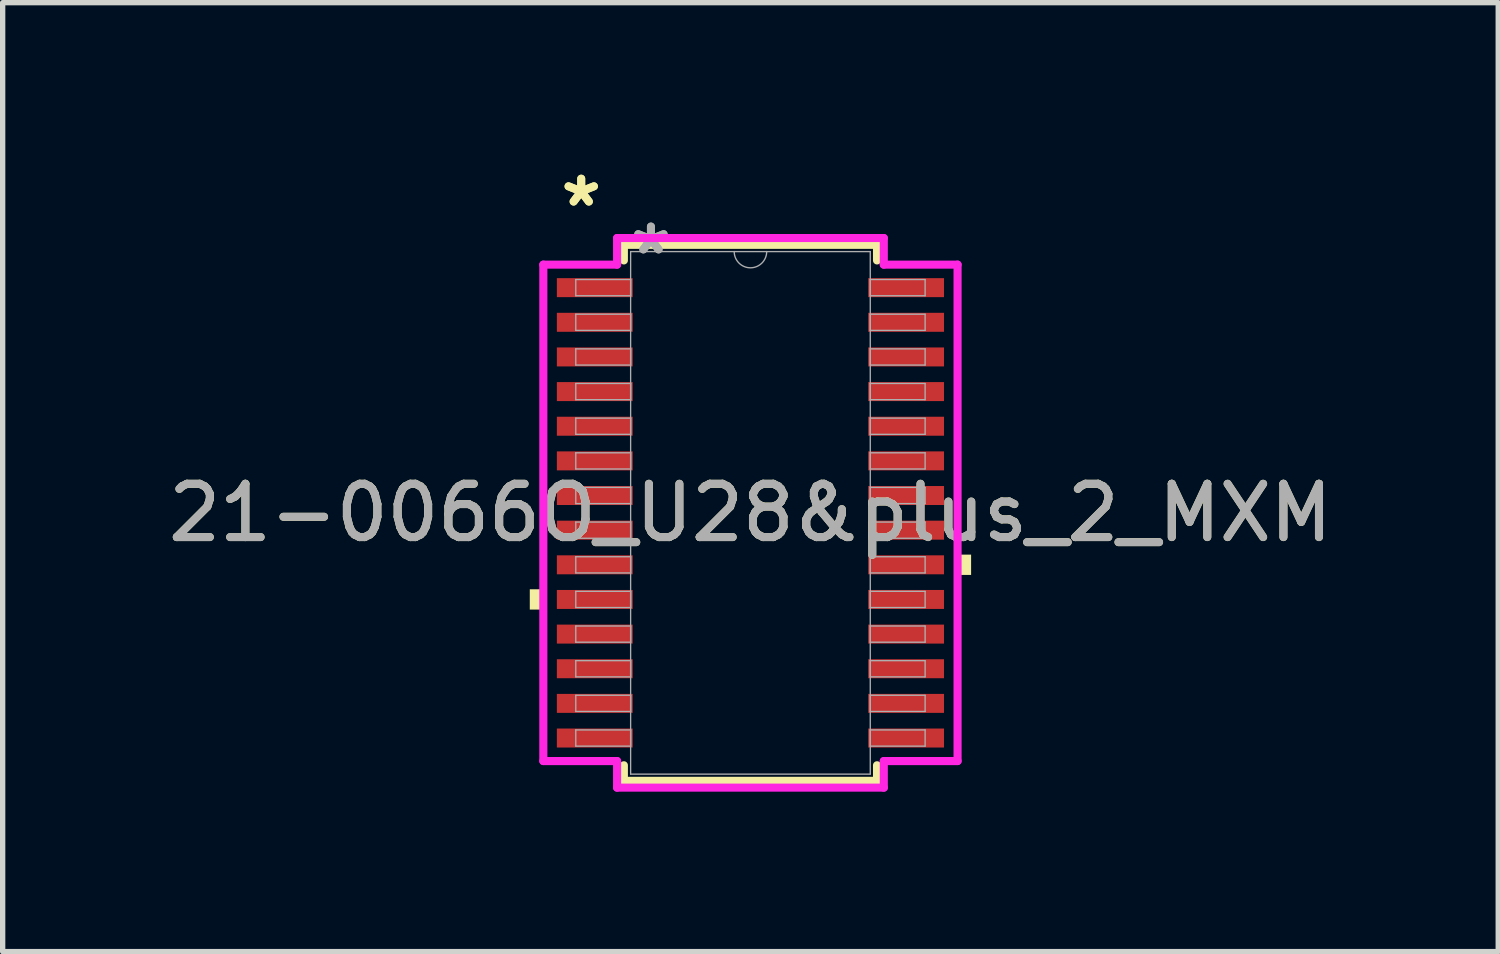
<source format=kicad_pcb>
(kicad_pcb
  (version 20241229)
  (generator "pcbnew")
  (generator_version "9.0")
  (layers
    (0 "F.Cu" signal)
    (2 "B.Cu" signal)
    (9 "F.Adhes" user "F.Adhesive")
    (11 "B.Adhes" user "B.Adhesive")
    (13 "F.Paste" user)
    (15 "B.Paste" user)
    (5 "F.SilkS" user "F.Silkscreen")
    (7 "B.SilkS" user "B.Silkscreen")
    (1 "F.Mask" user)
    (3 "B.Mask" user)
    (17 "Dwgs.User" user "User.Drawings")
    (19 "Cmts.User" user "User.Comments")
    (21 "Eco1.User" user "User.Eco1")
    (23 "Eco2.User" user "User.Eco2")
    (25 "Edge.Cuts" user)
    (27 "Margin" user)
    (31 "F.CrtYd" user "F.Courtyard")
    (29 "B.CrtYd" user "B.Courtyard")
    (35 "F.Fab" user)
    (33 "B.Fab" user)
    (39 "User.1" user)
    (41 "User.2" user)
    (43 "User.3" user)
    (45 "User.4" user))
  (footprint "21-0066O_U28&plus_2_MXM"
    (layer "F.Cu")
    (at 11.03 6.572)
    (property "Reference" "21-0066O_U28&plus_2_MXM" (at 0 0 0) (unlocked yes) (layer "F.SilkS") (effects (font (size 1 1) (thickness 0.15))))
    (attr smd)
    (fp_line (start -2.375 -5.029) (end -2.375 -4.736) (stroke (width 0.152) (type solid)) (layer "F.SilkS"))
    (fp_line (start -2.375 4.736) (end -2.375 5.029) (stroke (width 0.152) (type solid)) (layer "F.SilkS"))
    (fp_line (start -2.375 5.029) (end 2.375 5.029) (stroke (width 0.152) (type solid)) (layer "F.SilkS"))
    (fp_line (start 2.375 -5.029) (end -2.375 -5.029) (stroke (width 0.152) (type solid)) (layer "F.SilkS"))
    (fp_line (start 2.375 -4.736) (end 2.375 -5.029) (stroke (width 0.152) (type solid)) (layer "F.SilkS"))
    (fp_line (start 2.375 5.029) (end 2.375 4.736) (stroke (width 0.152) (type solid)) (layer "F.SilkS"))
    (fp_poly (pts (xy -4.14 1.434) (xy -4.14 1.815) (xy -3.886 1.815) (xy -3.886 1.434)) (stroke (width 0) (type solid)) (fill yes) (layer "F.SilkS"))
    (fp_poly (pts (xy 4.14 0.784) (xy 4.14 1.165) (xy 3.886 1.165) (xy 3.886 0.784)) (stroke (width 0) (type solid)) (fill yes) (layer "F.SilkS"))
    (fp_line (start -3.886 -4.657) (end -2.502 -4.657) (stroke (width 0.152) (type solid)) (layer "F.CrtYd"))
    (fp_line (start -3.886 4.657) (end -3.886 -4.657) (stroke (width 0.152) (type solid)) (layer "F.CrtYd"))
    (fp_line (start -3.886 4.657) (end -2.502 4.657) (stroke (width 0.152) (type solid)) (layer "F.CrtYd"))
    (fp_line (start -2.502 -5.156) (end 2.502 -5.156) (stroke (width 0.152) (type solid)) (layer "F.CrtYd"))
    (fp_line (start -2.502 -4.657) (end -2.502 -5.156) (stroke (width 0.152) (type solid)) (layer "F.CrtYd"))
    (fp_line (start -2.502 5.156) (end -2.502 4.657) (stroke (width 0.152) (type solid)) (layer "F.CrtYd"))
    (fp_line (start 2.502 -5.156) (end 2.502 -4.657) (stroke (width 0.152) (type solid)) (layer "F.CrtYd"))
    (fp_line (start 2.502 4.657) (end 2.502 5.156) (stroke (width 0.152) (type solid)) (layer "F.CrtYd"))
    (fp_line (start 2.502 5.156) (end -2.502 5.156) (stroke (width 0.152) (type solid)) (layer "F.CrtYd"))
    (fp_line (start 3.886 -4.657) (end 2.502 -4.657) (stroke (width 0.152) (type solid)) (layer "F.CrtYd"))
    (fp_line (start 3.886 -4.657) (end 3.886 4.657) (stroke (width 0.152) (type solid)) (layer "F.CrtYd"))
    (fp_line (start 3.886 4.657) (end 2.502 4.657) (stroke (width 0.152) (type solid)) (layer "F.CrtYd"))
    (fp_line (start -3.277 -4.377) (end -3.277 -4.073) (stroke (width 0.025) (type solid)) (layer "F.Fab"))
    (fp_line (start -3.277 -4.073) (end -2.248 -4.073) (stroke (width 0.025) (type solid)) (layer "F.Fab"))
    (fp_line (start -3.277 -3.727) (end -3.277 -3.423) (stroke (width 0.025) (type solid)) (layer "F.Fab"))
    (fp_line (start -3.277 -3.423) (end -2.248 -3.423) (stroke (width 0.025) (type solid)) (layer "F.Fab"))
    (fp_line (start -3.277 -3.077) (end -3.277 -2.773) (stroke (width 0.025) (type solid)) (layer "F.Fab"))
    (fp_line (start -3.277 -2.773) (end -2.248 -2.773) (stroke (width 0.025) (type solid)) (layer "F.Fab"))
    (fp_line (start -3.277 -2.427) (end -3.277 -2.123) (stroke (width 0.025) (type solid)) (layer "F.Fab"))
    (fp_line (start -3.277 -2.123) (end -2.248 -2.123) (stroke (width 0.025) (type solid)) (layer "F.Fab"))
    (fp_line (start -3.277 -1.777) (end -3.277 -1.473) (stroke (width 0.025) (type solid)) (layer "F.Fab"))
    (fp_line (start -3.277 -1.473) (end -2.248 -1.473) (stroke (width 0.025) (type solid)) (layer "F.Fab"))
    (fp_line (start -3.277 -1.127) (end -3.277 -0.823) (stroke (width 0.025) (type solid)) (layer "F.Fab"))
    (fp_line (start -3.277 -0.823) (end -2.248 -0.823) (stroke (width 0.025) (type solid)) (layer "F.Fab"))
    (fp_line (start -3.277 -0.477) (end -3.277 -0.173) (stroke (width 0.025) (type solid)) (layer "F.Fab"))
    (fp_line (start -3.277 -0.173) (end -2.248 -0.173) (stroke (width 0.025) (type solid)) (layer "F.Fab"))
    (fp_line (start -3.277 0.173) (end -3.277 0.477) (stroke (width 0.025) (type solid)) (layer "F.Fab"))
    (fp_line (start -3.277 0.477) (end -2.248 0.477) (stroke (width 0.025) (type solid)) (layer "F.Fab"))
    (fp_line (start -3.277 0.823) (end -3.277 1.127) (stroke (width 0.025) (type solid)) (layer "F.Fab"))
    (fp_line (start -3.277 1.127) (end -2.248 1.127) (stroke (width 0.025) (type solid)) (layer "F.Fab"))
    (fp_line (start -3.277 1.473) (end -3.277 1.777) (stroke (width 0.025) (type solid)) (layer "F.Fab"))
    (fp_line (start -3.277 1.777) (end -2.248 1.777) (stroke (width 0.025) (type solid)) (layer "F.Fab"))
    (fp_line (start -3.277 2.123) (end -3.277 2.427) (stroke (width 0.025) (type solid)) (layer "F.Fab"))
    (fp_line (start -3.277 2.427) (end -2.248 2.427) (stroke (width 0.025) (type solid)) (layer "F.Fab"))
    (fp_line (start -3.277 2.773) (end -3.277 3.077) (stroke (width 0.025) (type solid)) (layer "F.Fab"))
    (fp_line (start -3.277 3.077) (end -2.248 3.077) (stroke (width 0.025) (type solid)) (layer "F.Fab"))
    (fp_line (start -3.277 3.423) (end -3.277 3.727) (stroke (width 0.025) (type solid)) (layer "F.Fab"))
    (fp_line (start -3.277 3.727) (end -2.248 3.727) (stroke (width 0.025) (type solid)) (layer "F.Fab"))
    (fp_line (start -3.277 4.073) (end -3.277 4.377) (stroke (width 0.025) (type solid)) (layer "F.Fab"))
    (fp_line (start -3.277 4.377) (end -2.248 4.377) (stroke (width 0.025) (type solid)) (layer "F.Fab"))
    (fp_line (start -2.248 -4.902) (end -2.248 4.902) (stroke (width 0.025) (type solid)) (layer "F.Fab"))
    (fp_line (start -2.248 -4.377) (end -3.277 -4.377) (stroke (width 0.025) (type solid)) (layer "F.Fab"))
    (fp_line (start -2.248 -4.073) (end -2.248 -4.377) (stroke (width 0.025) (type solid)) (layer "F.Fab"))
    (fp_line (start -2.248 -3.727) (end -3.277 -3.727) (stroke (width 0.025) (type solid)) (layer "F.Fab"))
    (fp_line (start -2.248 -3.423) (end -2.248 -3.727) (stroke (width 0.025) (type solid)) (layer "F.Fab"))
    (fp_line (start -2.248 -3.077) (end -3.277 -3.077) (stroke (width 0.025) (type solid)) (layer "F.Fab"))
    (fp_line (start -2.248 -2.773) (end -2.248 -3.077) (stroke (width 0.025) (type solid)) (layer "F.Fab"))
    (fp_line (start -2.248 -2.427) (end -3.277 -2.427) (stroke (width 0.025) (type solid)) (layer "F.Fab"))
    (fp_line (start -2.248 -2.123) (end -2.248 -2.427) (stroke (width 0.025) (type solid)) (layer "F.Fab"))
    (fp_line (start -2.248 -1.777) (end -3.277 -1.777) (stroke (width 0.025) (type solid)) (layer "F.Fab"))
    (fp_line (start -2.248 -1.473) (end -2.248 -1.777) (stroke (width 0.025) (type solid)) (layer "F.Fab"))
    (fp_line (start -2.248 -1.127) (end -3.277 -1.127) (stroke (width 0.025) (type solid)) (layer "F.Fab"))
    (fp_line (start -2.248 -0.823) (end -2.248 -1.127) (stroke (width 0.025) (type solid)) (layer "F.Fab"))
    (fp_line (start -2.248 -0.477) (end -3.277 -0.477) (stroke (width 0.025) (type solid)) (layer "F.Fab"))
    (fp_line (start -2.248 -0.173) (end -2.248 -0.477) (stroke (width 0.025) (type solid)) (layer "F.Fab"))
    (fp_line (start -2.248 0.173) (end -3.277 0.173) (stroke (width 0.025) (type solid)) (layer "F.Fab"))
    (fp_line (start -2.248 0.477) (end -2.248 0.173) (stroke (width 0.025) (type solid)) (layer "F.Fab"))
    (fp_line (start -2.248 0.823) (end -3.277 0.823) (stroke (width 0.025) (type solid)) (layer "F.Fab"))
    (fp_line (start -2.248 1.127) (end -2.248 0.823) (stroke (width 0.025) (type solid)) (layer "F.Fab"))
    (fp_line (start -2.248 1.473) (end -3.277 1.473) (stroke (width 0.025) (type solid)) (layer "F.Fab"))
    (fp_line (start -2.248 1.777) (end -2.248 1.473) (stroke (width 0.025) (type solid)) (layer "F.Fab"))
    (fp_line (start -2.248 2.123) (end -3.277 2.123) (stroke (width 0.025) (type solid)) (layer "F.Fab"))
    (fp_line (start -2.248 2.427) (end -2.248 2.123) (stroke (width 0.025) (type solid)) (layer "F.Fab"))
    (fp_line (start -2.248 2.773) (end -3.277 2.773) (stroke (width 0.025) (type solid)) (layer "F.Fab"))
    (fp_line (start -2.248 3.077) (end -2.248 2.773) (stroke (width 0.025) (type solid)) (layer "F.Fab"))
    (fp_line (start -2.248 3.423) (end -3.277 3.423) (stroke (width 0.025) (type solid)) (layer "F.Fab"))
    (fp_line (start -2.248 3.727) (end -2.248 3.423) (stroke (width 0.025) (type solid)) (layer "F.Fab"))
    (fp_line (start -2.248 4.073) (end -3.277 4.073) (stroke (width 0.025) (type solid)) (layer "F.Fab"))
    (fp_line (start -2.248 4.377) (end -2.248 4.073) (stroke (width 0.025) (type solid)) (layer "F.Fab"))
    (fp_line (start -2.248 4.902) (end 2.248 4.902) (stroke (width 0.025) (type solid)) (layer "F.Fab"))
    (fp_line (start 2.248 -4.902) (end -2.248 -4.902) (stroke (width 0.025) (type solid)) (layer "F.Fab"))
    (fp_line (start 2.248 -4.377) (end 2.248 -4.073) (stroke (width 0.025) (type solid)) (layer "F.Fab"))
    (fp_line (start 2.248 -4.073) (end 3.277 -4.073) (stroke (width 0.025) (type solid)) (layer "F.Fab"))
    (fp_line (start 2.248 -3.727) (end 2.248 -3.423) (stroke (width 0.025) (type solid)) (layer "F.Fab"))
    (fp_line (start 2.248 -3.423) (end 3.277 -3.423) (stroke (width 0.025) (type solid)) (layer "F.Fab"))
    (fp_line (start 2.248 -3.077) (end 2.248 -2.773) (stroke (width 0.025) (type solid)) (layer "F.Fab"))
    (fp_line (start 2.248 -2.773) (end 3.277 -2.773) (stroke (width 0.025) (type solid)) (layer "F.Fab"))
    (fp_line (start 2.248 -2.427) (end 2.248 -2.123) (stroke (width 0.025) (type solid)) (layer "F.Fab"))
    (fp_line (start 2.248 -2.123) (end 3.277 -2.123) (stroke (width 0.025) (type solid)) (layer "F.Fab"))
    (fp_line (start 2.248 -1.777) (end 2.248 -1.473) (stroke (width 0.025) (type solid)) (layer "F.Fab"))
    (fp_line (start 2.248 -1.473) (end 3.277 -1.473) (stroke (width 0.025) (type solid)) (layer "F.Fab"))
    (fp_line (start 2.248 -1.127) (end 2.248 -0.823) (stroke (width 0.025) (type solid)) (layer "F.Fab"))
    (fp_line (start 2.248 -0.823) (end 3.277 -0.823) (stroke (width 0.025) (type solid)) (layer "F.Fab"))
    (fp_line (start 2.248 -0.477) (end 2.248 -0.173) (stroke (width 0.025) (type solid)) (layer "F.Fab"))
    (fp_line (start 2.248 -0.173) (end 3.277 -0.173) (stroke (width 0.025) (type solid)) (layer "F.Fab"))
    (fp_line (start 2.248 0.173) (end 2.248 0.477) (stroke (width 0.025) (type solid)) (layer "F.Fab"))
    (fp_line (start 2.248 0.477) (end 3.277 0.477) (stroke (width 0.025) (type solid)) (layer "F.Fab"))
    (fp_line (start 2.248 0.823) (end 2.248 1.127) (stroke (width 0.025) (type solid)) (layer "F.Fab"))
    (fp_line (start 2.248 1.127) (end 3.277 1.127) (stroke (width 0.025) (type solid)) (layer "F.Fab"))
    (fp_line (start 2.248 1.473) (end 2.248 1.777) (stroke (width 0.025) (type solid)) (layer "F.Fab"))
    (fp_line (start 2.248 1.777) (end 3.277 1.777) (stroke (width 0.025) (type solid)) (layer "F.Fab"))
    (fp_line (start 2.248 2.123) (end 2.248 2.427) (stroke (width 0.025) (type solid)) (layer "F.Fab"))
    (fp_line (start 2.248 2.427) (end 3.277 2.427) (stroke (width 0.025) (type solid)) (layer "F.Fab"))
    (fp_line (start 2.248 2.773) (end 2.248 3.077) (stroke (width 0.025) (type solid)) (layer "F.Fab"))
    (fp_line (start 2.248 3.077) (end 3.277 3.077) (stroke (width 0.025) (type solid)) (layer "F.Fab"))
    (fp_line (start 2.248 3.423) (end 2.248 3.727) (stroke (width 0.025) (type solid)) (layer "F.Fab"))
    (fp_line (start 2.248 3.727) (end 3.277 3.727) (stroke (width 0.025) (type solid)) (layer "F.Fab"))
    (fp_line (start 2.248 4.073) (end 2.248 4.377) (stroke (width 0.025) (type solid)) (layer "F.Fab"))
    (fp_line (start 2.248 4.377) (end 3.277 4.377) (stroke (width 0.025) (type solid)) (layer "F.Fab"))
    (fp_line (start 2.248 4.902) (end 2.248 -4.902) (stroke (width 0.025) (type solid)) (layer "F.Fab"))
    (fp_line (start 3.277 -4.377) (end 2.248 -4.377) (stroke (width 0.025) (type solid)) (layer "F.Fab"))
    (fp_line (start 3.277 -4.073) (end 3.277 -4.377) (stroke (width 0.025) (type solid)) (layer "F.Fab"))
    (fp_line (start 3.277 -3.727) (end 2.248 -3.727) (stroke (width 0.025) (type solid)) (layer "F.Fab"))
    (fp_line (start 3.277 -3.423) (end 3.277 -3.727) (stroke (width 0.025) (type solid)) (layer "F.Fab"))
    (fp_line (start 3.277 -3.077) (end 2.248 -3.077) (stroke (width 0.025) (type solid)) (layer "F.Fab"))
    (fp_line (start 3.277 -2.773) (end 3.277 -3.077) (stroke (width 0.025) (type solid)) (layer "F.Fab"))
    (fp_line (start 3.277 -2.427) (end 2.248 -2.427) (stroke (width 0.025) (type solid)) (layer "F.Fab"))
    (fp_line (start 3.277 -2.123) (end 3.277 -2.427) (stroke (width 0.025) (type solid)) (layer "F.Fab"))
    (fp_line (start 3.277 -1.777) (end 2.248 -1.777) (stroke (width 0.025) (type solid)) (layer "F.Fab"))
    (fp_line (start 3.277 -1.473) (end 3.277 -1.777) (stroke (width 0.025) (type solid)) (layer "F.Fab"))
    (fp_line (start 3.277 -1.127) (end 2.248 -1.127) (stroke (width 0.025) (type solid)) (layer "F.Fab"))
    (fp_line (start 3.277 -0.823) (end 3.277 -1.127) (stroke (width 0.025) (type solid)) (layer "F.Fab"))
    (fp_line (start 3.277 -0.477) (end 2.248 -0.477) (stroke (width 0.025) (type solid)) (layer "F.Fab"))
    (fp_line (start 3.277 -0.173) (end 3.277 -0.477) (stroke (width 0.025) (type solid)) (layer "F.Fab"))
    (fp_line (start 3.277 0.173) (end 2.248 0.173) (stroke (width 0.025) (type solid)) (layer "F.Fab"))
    (fp_line (start 3.277 0.477) (end 3.277 0.173) (stroke (width 0.025) (type solid)) (layer "F.Fab"))
    (fp_line (start 3.277 0.823) (end 2.248 0.823) (stroke (width 0.025) (type solid)) (layer "F.Fab"))
    (fp_line (start 3.277 1.127) (end 3.277 0.823) (stroke (width 0.025) (type solid)) (layer "F.Fab"))
    (fp_line (start 3.277 1.473) (end 2.248 1.473) (stroke (width 0.025) (type solid)) (layer "F.Fab"))
    (fp_line (start 3.277 1.777) (end 3.277 1.473) (stroke (width 0.025) (type solid)) (layer "F.Fab"))
    (fp_line (start 3.277 2.123) (end 2.248 2.123) (stroke (width 0.025) (type solid)) (layer "F.Fab"))
    (fp_line (start 3.277 2.427) (end 3.277 2.123) (stroke (width 0.025) (type solid)) (layer "F.Fab"))
    (fp_line (start 3.277 2.773) (end 2.248 2.773) (stroke (width 0.025) (type solid)) (layer "F.Fab"))
    (fp_line (start 3.277 3.077) (end 3.277 2.773) (stroke (width 0.025) (type solid)) (layer "F.Fab"))
    (fp_line (start 3.277 3.423) (end 2.248 3.423) (stroke (width 0.025) (type solid)) (layer "F.Fab"))
    (fp_line (start 3.277 3.727) (end 3.277 3.423) (stroke (width 0.025) (type solid)) (layer "F.Fab"))
    (fp_line (start 3.277 4.073) (end 2.248 4.073) (stroke (width 0.025) (type solid)) (layer "F.Fab"))
    (fp_line (start 3.277 4.377) (end 3.277 4.073) (stroke (width 0.025) (type solid)) (layer "F.Fab"))
    (fp_arc (start 0.3048 -4.9022) (mid 0 -4.5974) (end -0.3048 -4.9022) (stroke (width 0.0254) (type solid)) (layer "F.Fab"))
    (fp_text user "*" (at -3.175 -5.724 0) (unlocked yes) (layer "F.SilkS") (effects (font (size 1 1) (thickness 0.15))))
    (fp_text user "*" (at -3.175 -5.724 0) (layer "F.SilkS") (effects (font (size 1 1) (thickness 0.15))))
    (fp_text user "*" (at -1.867 -4.826 0) (layer "F.Fab") (effects (font (size 1 1) (thickness 0.15))))
    (fp_text user "*" (at -1.867 -4.826 0) (unlocked yes) (layer "F.Fab") (effects (font (size 1 1) (thickness 0.15))))
    (fp_text user "${REFERENCE}" (at 0 0 0) (unlocked yes) (layer "F.Fab") (effects (font (size 1 1) (thickness 0.15))))
    (pad "1" smd rect (at -2.921 -4.225) (size 1.422 0.356) (layers "F.Cu" "F.Mask" "F.Paste"))
    (pad "2" smd rect (at -2.921 -3.575) (size 1.422 0.356) (layers "F.Cu" "F.Mask" "F.Paste"))
    (pad "3" smd rect (at -2.921 -2.925) (size 1.422 0.356) (layers "F.Cu" "F.Mask" "F.Paste"))
    (pad "4" smd rect (at -2.921 -2.275) (size 1.422 0.356) (layers "F.Cu" "F.Mask" "F.Paste"))
    (pad "5" smd rect (at -2.921 -1.625) (size 1.422 0.356) (layers "F.Cu" "F.Mask" "F.Paste"))
    (pad "6" smd rect (at -2.921 -0.975) (size 1.422 0.356) (layers "F.Cu" "F.Mask" "F.Paste"))
    (pad "7" smd rect (at -2.921 -0.325) (size 1.422 0.356) (layers "F.Cu" "F.Mask" "F.Paste"))
    (pad "8" smd rect (at -2.921 0.325) (size 1.422 0.356) (layers "F.Cu" "F.Mask" "F.Paste"))
    (pad "9" smd rect (at -2.921 0.975) (size 1.422 0.356) (layers "F.Cu" "F.Mask" "F.Paste"))
    (pad "10" smd rect (at -2.921 1.625) (size 1.422 0.356) (layers "F.Cu" "F.Mask" "F.Paste"))
    (pad "11" smd rect (at -2.921 2.275) (size 1.422 0.356) (layers "F.Cu" "F.Mask" "F.Paste"))
    (pad "12" smd rect (at -2.921 2.925) (size 1.422 0.356) (layers "F.Cu" "F.Mask" "F.Paste"))
    (pad "13" smd rect (at -2.921 3.575) (size 1.422 0.356) (layers "F.Cu" "F.Mask" "F.Paste"))
    (pad "14" smd rect (at -2.921 4.225) (size 1.422 0.356) (layers "F.Cu" "F.Mask" "F.Paste"))
    (pad "15" smd rect (at 2.921 4.225) (size 1.422 0.356) (layers "F.Cu" "F.Mask" "F.Paste"))
    (pad "16" smd rect (at 2.921 3.575) (size 1.422 0.356) (layers "F.Cu" "F.Mask" "F.Paste"))
    (pad "17" smd rect (at 2.921 2.925) (size 1.422 0.356) (layers "F.Cu" "F.Mask" "F.Paste"))
    (pad "18" smd rect (at 2.921 2.275) (size 1.422 0.356) (layers "F.Cu" "F.Mask" "F.Paste"))
    (pad "19" smd rect (at 2.921 1.625) (size 1.422 0.356) (layers "F.Cu" "F.Mask" "F.Paste"))
    (pad "20" smd rect (at 2.921 0.975) (size 1.422 0.356) (layers "F.Cu" "F.Mask" "F.Paste"))
    (pad "21" smd rect (at 2.921 0.325) (size 1.422 0.356) (layers "F.Cu" "F.Mask" "F.Paste"))
    (pad "22" smd rect (at 2.921 -0.325) (size 1.422 0.356) (layers "F.Cu" "F.Mask" "F.Paste"))
    (pad "23" smd rect (at 2.921 -0.975) (size 1.422 0.356) (layers "F.Cu" "F.Mask" "F.Paste"))
    (pad "24" smd rect (at 2.921 -1.625) (size 1.422 0.356) (layers "F.Cu" "F.Mask" "F.Paste"))
    (pad "25" smd rect (at 2.921 -2.275) (size 1.422 0.356) (layers "F.Cu" "F.Mask" "F.Paste"))
    (pad "26" smd rect (at 2.921 -2.925) (size 1.422 0.356) (layers "F.Cu" "F.Mask" "F.Paste"))
    (pad "27" smd rect (at 2.921 -3.575) (size 1.422 0.356) (layers "F.Cu" "F.Mask" "F.Paste"))
    (pad "28" smd rect (at 2.921 -4.225) (size 1.422 0.356) (layers "F.Cu" "F.Mask" "F.Paste")))
  (gr_rect
    (start -3 -3)
    (end 25.06 14.804)
    (stroke (width 0.1) (type default))
    (fill no)
    (layer "Edge.Cuts")))
</source>
